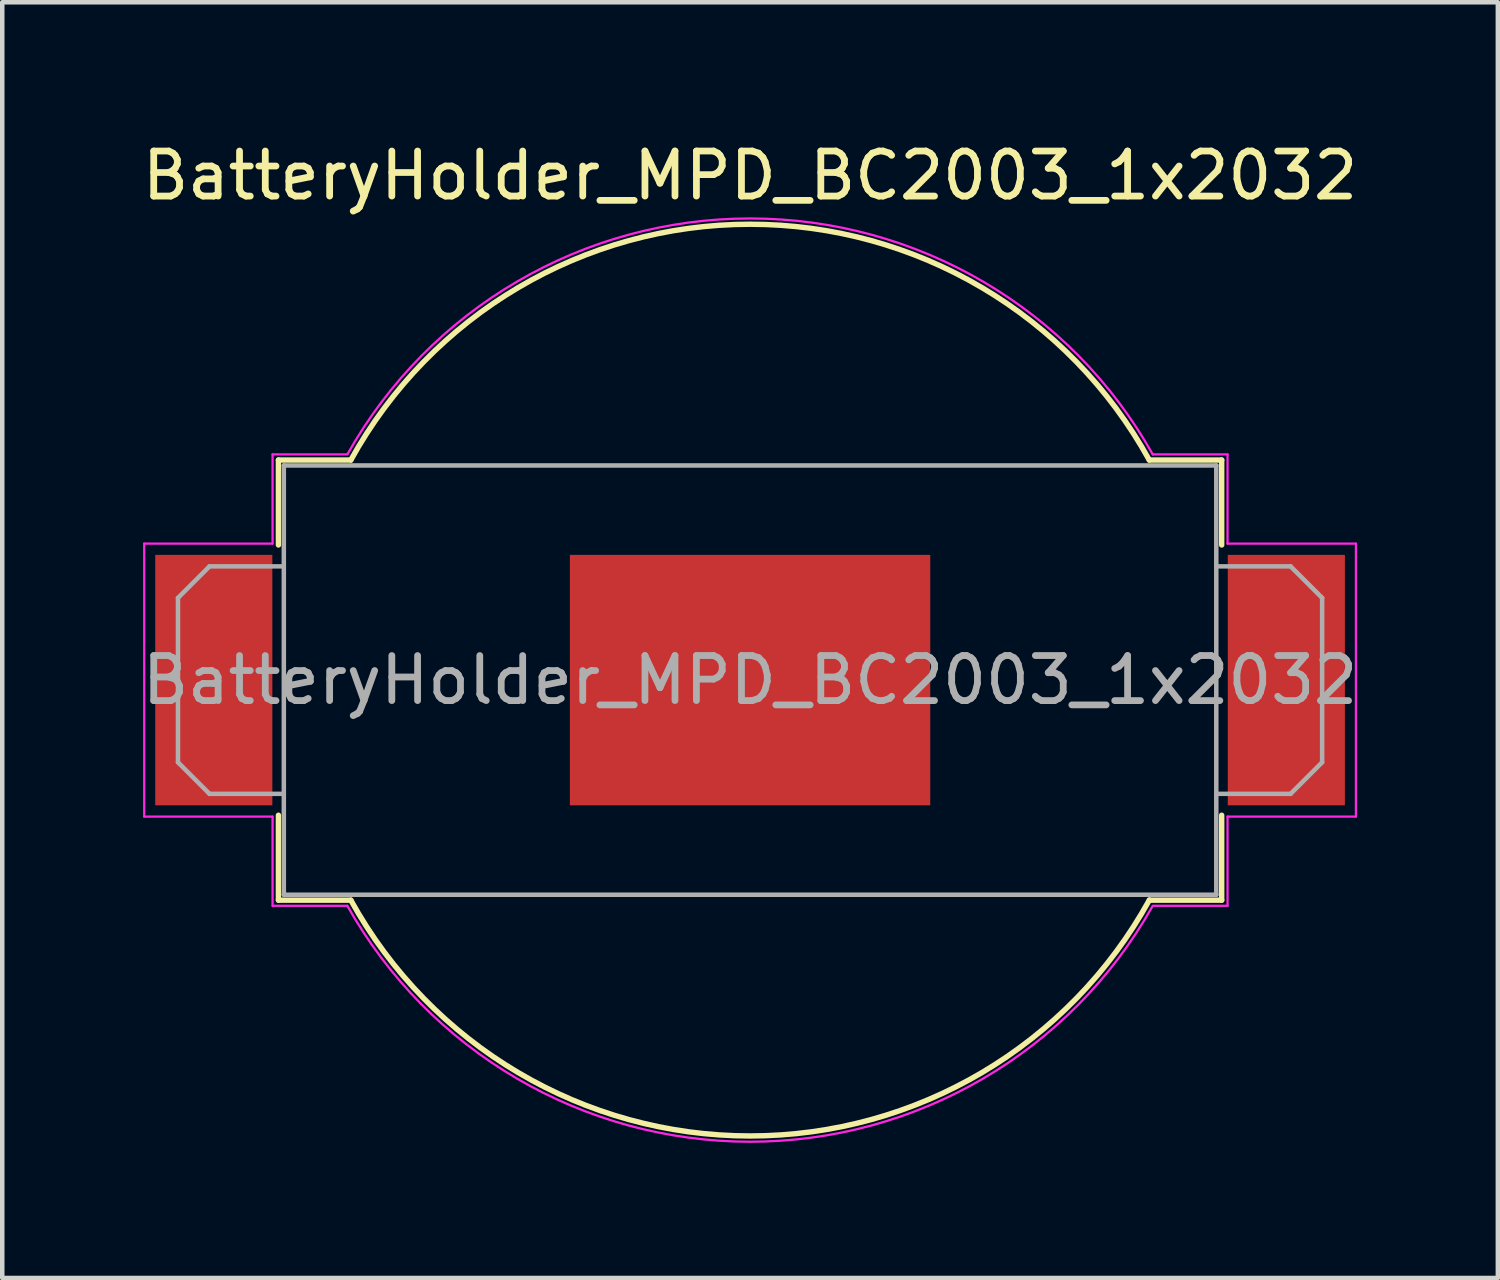
<source format=kicad_pcb>
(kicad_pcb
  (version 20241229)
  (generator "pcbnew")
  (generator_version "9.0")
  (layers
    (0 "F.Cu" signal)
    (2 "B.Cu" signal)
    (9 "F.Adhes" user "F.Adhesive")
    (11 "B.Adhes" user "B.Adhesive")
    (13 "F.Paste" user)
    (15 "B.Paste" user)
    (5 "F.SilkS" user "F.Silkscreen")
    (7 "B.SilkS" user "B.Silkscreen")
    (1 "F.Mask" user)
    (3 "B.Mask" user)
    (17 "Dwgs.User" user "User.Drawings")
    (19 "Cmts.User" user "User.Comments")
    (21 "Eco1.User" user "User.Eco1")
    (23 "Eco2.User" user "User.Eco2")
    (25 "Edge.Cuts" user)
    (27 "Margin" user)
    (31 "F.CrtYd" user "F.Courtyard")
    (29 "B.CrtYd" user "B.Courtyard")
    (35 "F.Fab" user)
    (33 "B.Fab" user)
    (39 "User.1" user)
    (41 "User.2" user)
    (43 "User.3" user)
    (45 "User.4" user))
  (footprint "BatteryHolder_MPD_BC2003_1x2032"
    (layer "F.Cu")
    (at 13.601 12.048)
    (property "Reference" "BatteryHolder_MPD_BC2003_1x2032" (at 0 -11.2 180) (layer "F.SilkS") (effects (font (size 1 1) (thickness 0.15))))
    (attr smd)
    (fp_line (start -10.47 -4.885) (end -8.863 -4.885) (stroke (width 0.12) (type solid)) (layer "F.SilkS"))
    (fp_line (start -10.47 -3) (end -10.47 -4.885) (stroke (width 0.12) (type solid)) (layer "F.SilkS"))
    (fp_line (start -10.47 3) (end -10.47 4.885) (stroke (width 0.12) (type solid)) (layer "F.SilkS"))
    (fp_line (start -10.47 4.885) (end -8.863 4.885) (stroke (width 0.12) (type solid)) (layer "F.SilkS"))
    (fp_line (start 10.47 -4.885) (end 8.863 -4.885) (stroke (width 0.12) (type solid)) (layer "F.SilkS"))
    (fp_line (start 10.47 -3) (end 10.47 -4.885) (stroke (width 0.12) (type solid)) (layer "F.SilkS"))
    (fp_line (start 10.47 3) (end 10.47 4.885) (stroke (width 0.12) (type solid)) (layer "F.SilkS"))
    (fp_line (start 10.47 4.885) (end 8.863 4.885) (stroke (width 0.12) (type solid)) (layer "F.SilkS"))
    (fp_arc (start -8.86291 -4.885) (mid 0 -10.12) (end 8.86291 -4.885) (stroke (width 0.12) (type solid)) (layer "F.SilkS"))
    (fp_arc (start 8.865021 4.881168) (mid 0.002187 10.12) (end -8.86291 4.885) (stroke (width 0.12) (type solid)) (layer "F.SilkS"))
    (fp_line (start -13.45 -3.03) (end -13.45 3.03) (stroke (width 0.05) (type solid)) (layer "F.CrtYd"))
    (fp_line (start -13.45 3.03) (end -10.6 3.03) (stroke (width 0.05) (type solid)) (layer "F.CrtYd"))
    (fp_line (start -10.6 -5.01) (end -10.6 -3.03) (stroke (width 0.05) (type solid)) (layer "F.CrtYd"))
    (fp_line (start -10.6 -3.03) (end -13.45 -3.03) (stroke (width 0.05) (type solid)) (layer "F.CrtYd"))
    (fp_line (start -10.6 5.01) (end -10.6 3.03) (stroke (width 0.05) (type solid)) (layer "F.CrtYd"))
    (fp_line (start -10.6 5.01) (end -8.94 5.01) (stroke (width 0.05) (type solid)) (layer "F.CrtYd"))
    (fp_line (start -8.94 -5.01) (end -10.6 -5.01) (stroke (width 0.05) (type solid)) (layer "F.CrtYd"))
    (fp_line (start 8.94 -5.01) (end 10.6 -5.01) (stroke (width 0.05) (type solid)) (layer "F.CrtYd"))
    (fp_line (start 8.94 5.01) (end 10.6 5.01) (stroke (width 0.05) (type solid)) (layer "F.CrtYd"))
    (fp_line (start 10.6 -5.01) (end 10.6 -3.03) (stroke (width 0.05) (type solid)) (layer "F.CrtYd"))
    (fp_line (start 10.6 -3.03) (end 13.45 -3.03) (stroke (width 0.05) (type solid)) (layer "F.CrtYd"))
    (fp_line (start 10.6 3.03) (end 13.45 3.03) (stroke (width 0.05) (type solid)) (layer "F.CrtYd"))
    (fp_line (start 10.6 5.01) (end 10.6 3.03) (stroke (width 0.05) (type solid)) (layer "F.CrtYd"))
    (fp_line (start 13.45 -3.03) (end 13.45 3.03) (stroke (width 0.05) (type solid)) (layer "F.CrtYd"))
    (fp_arc (start -8.934116 -5.020486) (mid 0.006012 -10.248106) (end 8.94 -5.01) (stroke (width 0.05) (type solid)) (layer "F.CrtYd"))
    (fp_arc (start 8.92534 5.036071) (mid -0.014955 10.248096) (end -8.94 5.01) (stroke (width 0.05) (type solid)) (layer "F.CrtYd"))
    (fp_line (start -12.7 -1.825) (end -12.7 1.825) (stroke (width 0.1) (type solid)) (layer "F.Fab"))
    (fp_line (start -12.7 -1.825) (end -12 -2.525) (stroke (width 0.1) (type solid)) (layer "F.Fab"))
    (fp_line (start -12.7 1.825) (end -12 2.525) (stroke (width 0.1) (type solid)) (layer "F.Fab"))
    (fp_line (start -10.35 -4.765) (end 10.35 -4.765) (stroke (width 0.1) (type solid)) (layer "F.Fab"))
    (fp_line (start -10.35 -2.525) (end -12 -2.525) (stroke (width 0.1) (type solid)) (layer "F.Fab"))
    (fp_line (start -10.35 2.525) (end -12 2.525) (stroke (width 0.1) (type solid)) (layer "F.Fab"))
    (fp_line (start -10.35 4.765) (end -10.35 -4.765) (stroke (width 0.1) (type solid)) (layer "F.Fab"))
    (fp_line (start -10.35 4.765) (end 10.35 4.765) (stroke (width 0.1) (type solid)) (layer "F.Fab"))
    (fp_line (start 10.35 -2.525) (end 12 -2.525) (stroke (width 0.1) (type solid)) (layer "F.Fab"))
    (fp_line (start 10.35 2.525) (end 12 2.525) (stroke (width 0.1) (type solid)) (layer "F.Fab"))
    (fp_line (start 10.35 4.765) (end 10.35 -4.765) (stroke (width 0.1) (type solid)) (layer "F.Fab"))
    (fp_line (start 12.7 -1.825) (end 12 -2.525) (stroke (width 0.1) (type solid)) (layer "F.Fab"))
    (fp_line (start 12.7 -1.825) (end 12.7 1.825) (stroke (width 0.1) (type solid)) (layer "F.Fab"))
    (fp_line (start 12.7 1.825) (end 12 2.525) (stroke (width 0.1) (type solid)) (layer "F.Fab"))
    (fp_text user "${REFERENCE}" (at 0 0 180) (layer "F.Fab") (effects (font (size 1 1) (thickness 0.15))))
    (pad "1" smd rect (at -11.905 0) (size 2.6 5.56) (layers "F.Cu" "F.Mask" "F.Paste"))
    (pad "1" smd rect (at 11.905 0) (size 2.6 5.56) (layers "F.Cu" "F.Mask" "F.Paste"))
    (pad "2" smd rect (at 0 0) (size 8 5.56) (layers "F.Cu" "F.Mask" "F.Paste")))
  (gr_rect
    (start -3 -3)
    (end 30.202 25.321)
    (stroke (width 0.1) (type default))
    (fill no)
    (layer "Edge.Cuts")))
</source>
